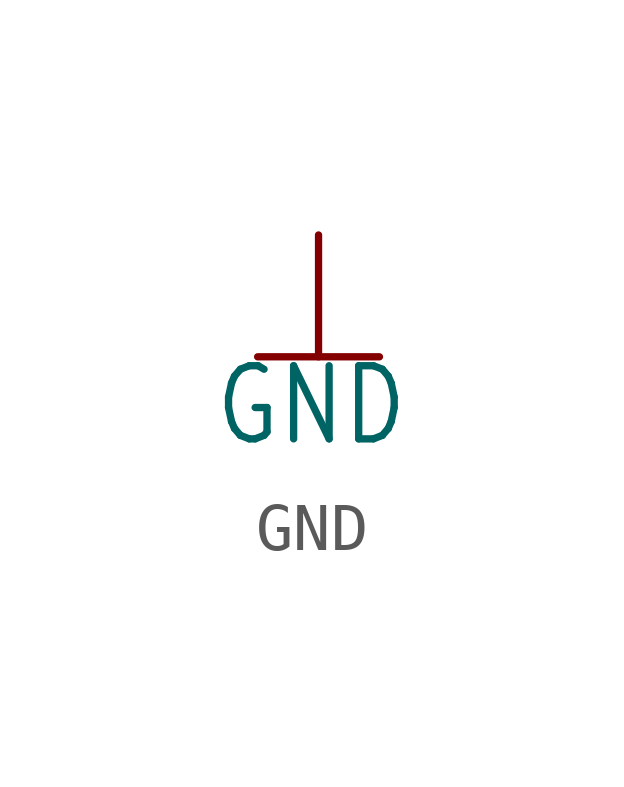
<source format=kicad_sym>
(kicad_symbol_lib
  (version 20220914)
  (generator kicad_symbol_editor)
  (symbol "GND"
    (power)
    (property "Reference" ""
      (at 0 0 0)
      (effects (font (size 1.27 1.27)) hide))
    (property "Value" "GND"
      (at -2.223 -1.905 0)
      (effects (font (size 1.524 1.295)) (justify left bottom)))
    (property "ki_locked" ""
      (at 0 0 0)
      (effects (font (size 1.27 1.27))))
    (symbol "GND_1_0"
      (polyline (pts (xy -1.27 0) (xy 1.27 0)) (stroke (width 0.152) (type solid)) (fill (type none)))
      (pin power_in line (at 0 2.54 270) (length 2.54) (name "GND" (effects (font (size 0 0)))) (number "1" (effects (font (size 0 0))))))))
</source>
